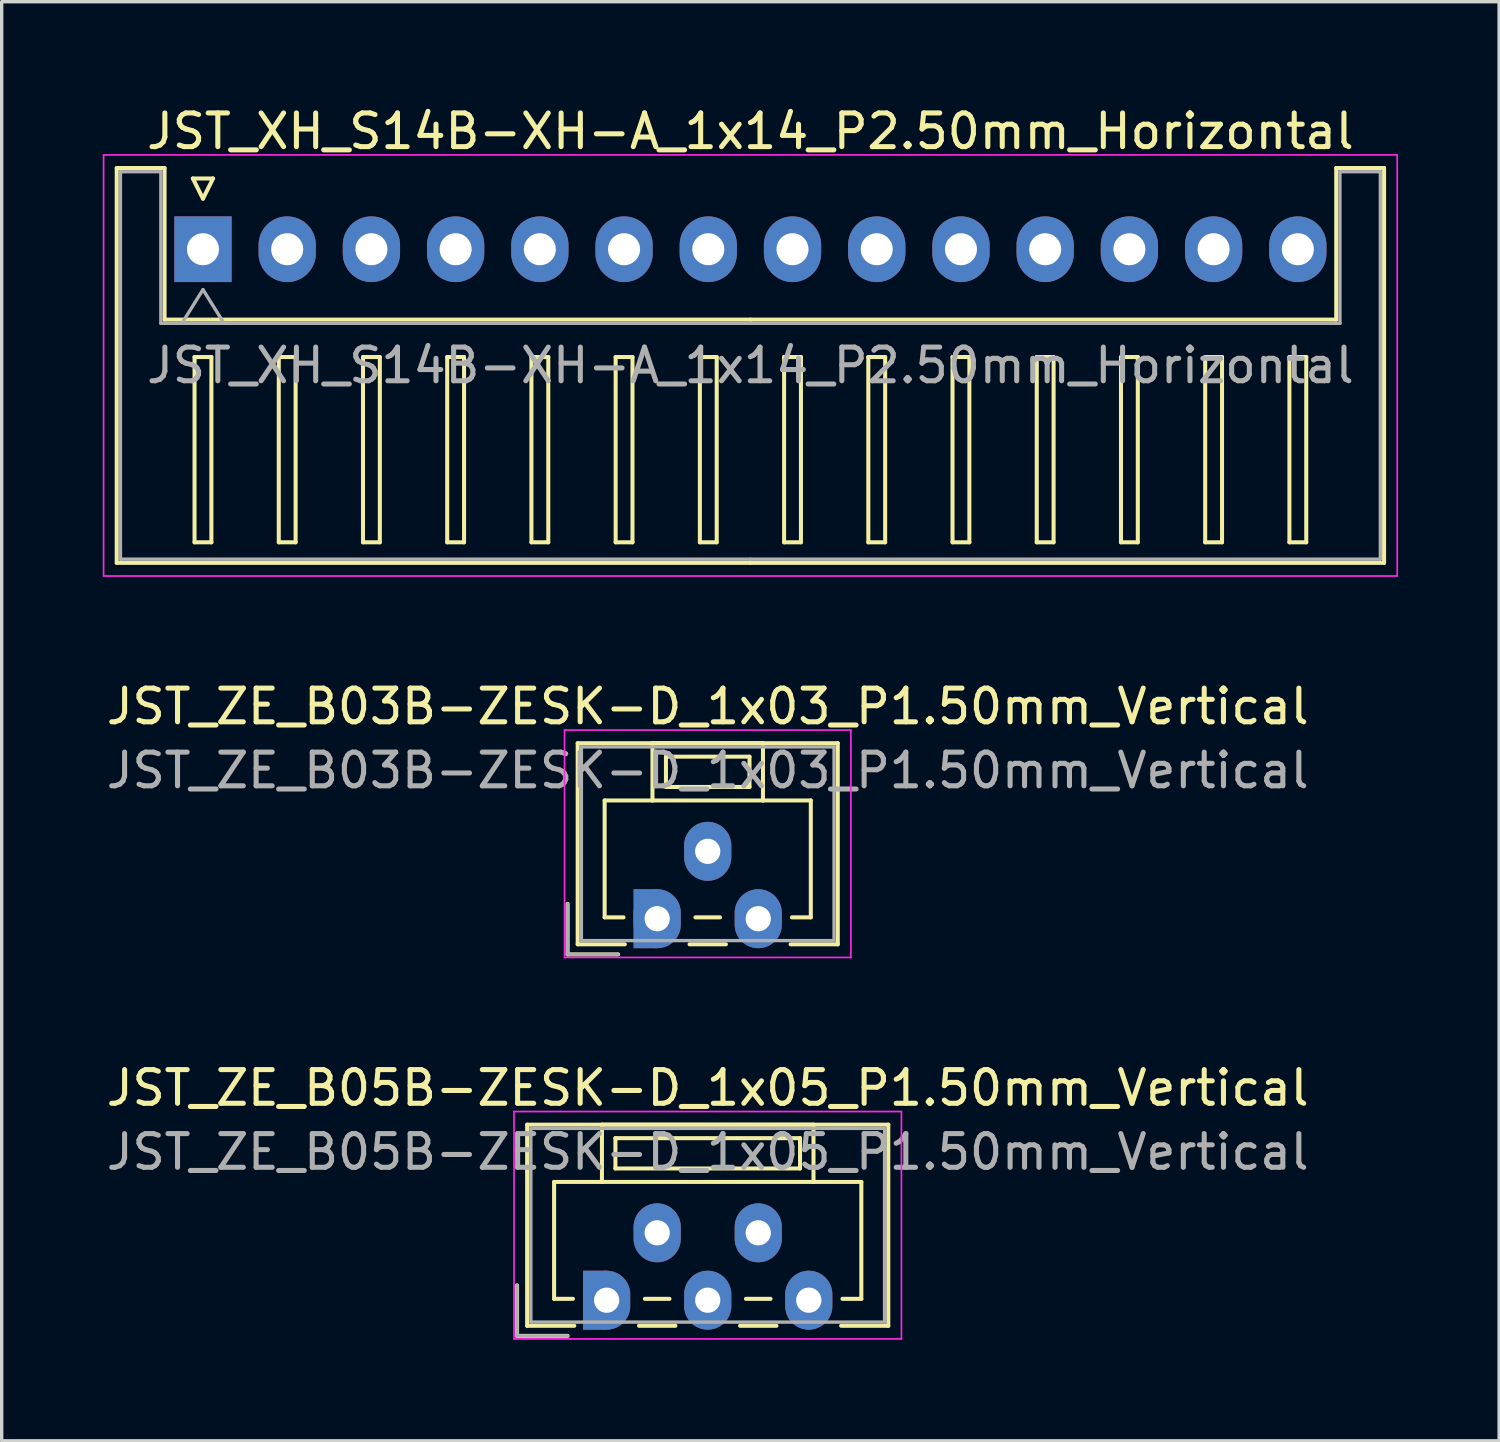
<source format=kicad_pcb>
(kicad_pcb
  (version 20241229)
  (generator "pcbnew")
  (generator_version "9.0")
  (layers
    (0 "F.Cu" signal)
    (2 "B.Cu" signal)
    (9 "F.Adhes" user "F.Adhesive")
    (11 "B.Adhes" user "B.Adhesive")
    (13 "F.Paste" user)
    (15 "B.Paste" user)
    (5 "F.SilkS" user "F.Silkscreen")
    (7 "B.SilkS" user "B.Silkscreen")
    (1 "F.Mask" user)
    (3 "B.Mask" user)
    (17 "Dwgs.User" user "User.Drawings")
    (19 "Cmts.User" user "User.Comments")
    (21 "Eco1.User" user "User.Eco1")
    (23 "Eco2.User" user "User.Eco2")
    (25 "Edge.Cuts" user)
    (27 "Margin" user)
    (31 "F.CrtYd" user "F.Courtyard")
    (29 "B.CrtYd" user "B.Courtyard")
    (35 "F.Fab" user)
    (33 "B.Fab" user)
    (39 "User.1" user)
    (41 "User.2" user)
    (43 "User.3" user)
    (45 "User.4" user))
  (footprint "JST_ZE_B05B-ZESK-D_1x05_P1.50mm_Vertical"
    (layer "F.Cu")
    (at 14.958 35.545)
    (property "Reference" "JST_ZE_B05B-ZESK-D_1x05_P1.50mm_Vertical" (at 3 -6.3 0) (layer "F.SilkS") (effects (font (size 1 1) (thickness 0.15))))
    (attr through_hole)
    (fp_line (start -2.66 -0.44) (end -2.66 1.06) (stroke (width 0.12) (type solid)) (layer "F.SilkS"))
    (fp_line (start -2.66 1.06) (end -1.16 1.06) (stroke (width 0.12) (type solid)) (layer "F.SilkS"))
    (fp_line (start -2.36 -5.21) (end 8.36 -5.21) (stroke (width 0.12) (type solid)) (layer "F.SilkS"))
    (fp_line (start -2.36 0.76) (end -2.36 -5.21) (stroke (width 0.12) (type solid)) (layer "F.SilkS"))
    (fp_line (start -1.56 -3.51) (end -1.56 -0.04) (stroke (width 0.12) (type solid)) (layer "F.SilkS"))
    (fp_line (start -1.56 -0.04) (end -1 -0.04) (stroke (width 0.12) (type solid)) (layer "F.SilkS"))
    (fp_line (start -0.96 0.76) (end -2.36 0.76) (stroke (width 0.12) (type solid)) (layer "F.SilkS"))
    (fp_line (start -0.14 -5.21) (end -0.14 -3.51) (stroke (width 0.12) (type solid)) (layer "F.SilkS"))
    (fp_line (start -0.14 -3.51) (end -1.56 -3.51) (stroke (width 0.12) (type solid)) (layer "F.SilkS"))
    (fp_line (start -0.14 -3.51) (end 6.14 -3.51) (stroke (width 0.12) (type solid)) (layer "F.SilkS"))
    (fp_line (start 0.26 -4.81) (end 0.26 -3.91) (stroke (width 0.12) (type solid)) (layer "F.SilkS"))
    (fp_line (start 0.26 -3.91) (end 5.74 -3.91) (stroke (width 0.12) (type solid)) (layer "F.SilkS"))
    (fp_line (start 0.96 0.76) (end 2.04 0.76) (stroke (width 0.12) (type solid)) (layer "F.SilkS"))
    (fp_line (start 1.135 -0.04) (end 1.865 -0.04) (stroke (width 0.12) (type solid)) (layer "F.SilkS"))
    (fp_line (start 3.96 0.76) (end 5.04 0.76) (stroke (width 0.12) (type solid)) (layer "F.SilkS"))
    (fp_line (start 4.135 -0.04) (end 4.865 -0.04) (stroke (width 0.12) (type solid)) (layer "F.SilkS"))
    (fp_line (start 5.74 -4.81) (end 0.26 -4.81) (stroke (width 0.12) (type solid)) (layer "F.SilkS"))
    (fp_line (start 5.74 -3.91) (end 5.74 -4.81) (stroke (width 0.12) (type solid)) (layer "F.SilkS"))
    (fp_line (start 6.14 -5.21) (end -0.14 -5.21) (stroke (width 0.12) (type solid)) (layer "F.SilkS"))
    (fp_line (start 6.14 -3.51) (end 6.14 -5.21) (stroke (width 0.12) (type solid)) (layer "F.SilkS"))
    (fp_line (start 6.14 -3.51) (end 7.56 -3.51) (stroke (width 0.12) (type solid)) (layer "F.SilkS"))
    (fp_line (start 7.56 -3.51) (end 7.56 -0.04) (stroke (width 0.12) (type solid)) (layer "F.SilkS"))
    (fp_line (start 7.56 -0.04) (end 7 -0.04) (stroke (width 0.12) (type solid)) (layer "F.SilkS"))
    (fp_line (start 8.36 -5.21) (end 8.36 0.76) (stroke (width 0.12) (type solid)) (layer "F.SilkS"))
    (fp_line (start 8.36 0.76) (end 6.96 0.76) (stroke (width 0.12) (type solid)) (layer "F.SilkS"))
    (fp_line (start -2.75 -5.6) (end -2.75 1.15) (stroke (width 0.05) (type solid)) (layer "F.CrtYd"))
    (fp_line (start -2.75 1.15) (end 8.75 1.15) (stroke (width 0.05) (type solid)) (layer "F.CrtYd"))
    (fp_line (start 8.75 -5.6) (end -2.75 -5.6) (stroke (width 0.05) (type solid)) (layer "F.CrtYd"))
    (fp_line (start 8.75 1.15) (end 8.75 -5.6) (stroke (width 0.05) (type solid)) (layer "F.CrtYd"))
    (fp_line (start -2.66 -0.44) (end -2.66 1.06) (stroke (width 0.1) (type solid)) (layer "F.Fab"))
    (fp_line (start -2.66 1.06) (end -1.16 1.06) (stroke (width 0.1) (type solid)) (layer "F.Fab"))
    (fp_line (start -2.25 -5.1) (end -2.25 0.65) (stroke (width 0.1) (type solid)) (layer "F.Fab"))
    (fp_line (start -2.25 0.65) (end 8.25 0.65) (stroke (width 0.1) (type solid)) (layer "F.Fab"))
    (fp_line (start 8.25 -5.1) (end -2.25 -5.1) (stroke (width 0.1) (type solid)) (layer "F.Fab"))
    (fp_line (start 8.25 0.65) (end 8.25 -5.1) (stroke (width 0.1) (type solid)) (layer "F.Fab"))
    (fp_text user "${REFERENCE}" (at 3 -4.4 0) (layer "F.Fab") (effects (font (size 1 1) (thickness 0.15))))
    (pad "1" smd rect (at -0.35 0) (size 0.7 1.75) (layers "F.Cu" "F.Mask"))
    (pad "1" smd rect (at -0.35 0) (size 0.7 1.75) (layers "B.Cu" "B.Mask"))
    (pad "1" thru_hole oval (at 0 0) (size 1.4 1.75) (drill 0.75) (layers "*.Cu" "*.Mask"))
    (pad "2" thru_hole oval (at 1.5 -2) (size 1.4 1.75) (drill 0.75) (layers "*.Cu" "*.Mask"))
    (pad "3" thru_hole oval (at 3 0) (size 1.4 1.75) (drill 0.75) (layers "*.Cu" "*.Mask"))
    (pad "4" thru_hole oval (at 4.5 -2) (size 1.4 1.75) (drill 0.75) (layers "*.Cu" "*.Mask"))
    (pad "5" thru_hole oval (at 6 0) (size 1.4 1.75) (drill 0.75) (layers "*.Cu" "*.Mask")))
  (footprint "JST_XH_S14B-XH-A_1x14_P2.50mm_Horizontal"
    (layer "F.Cu")
    (at 2.975 4.348)
    (property "Reference" "JST_XH_S14B-XH-A_1x14_P2.50mm_Horizontal" (at 16.25 -3.5 0) (layer "F.SilkS") (effects (font (size 1 1) (thickness 0.15))))
    (attr through_hole)
    (fp_line (start -2.56 -2.41) (end -1.14 -2.41) (stroke (width 0.12) (type solid)) (layer "F.SilkS"))
    (fp_line (start -2.56 9.31) (end -2.56 -2.41) (stroke (width 0.12) (type solid)) (layer "F.SilkS"))
    (fp_line (start -1.14 -2.41) (end -1.14 2.09) (stroke (width 0.12) (type solid)) (layer "F.SilkS"))
    (fp_line (start -1.14 2.09) (end 16.25 2.09) (stroke (width 0.12) (type solid)) (layer "F.SilkS"))
    (fp_line (start -0.3 -2.1) (end 0.3 -2.1) (stroke (width 0.12) (type solid)) (layer "F.SilkS"))
    (fp_line (start -0.25 3.2) (end -0.25 8.7) (stroke (width 0.12) (type solid)) (layer "F.SilkS"))
    (fp_line (start -0.25 8.7) (end 0.25 8.7) (stroke (width 0.12) (type solid)) (layer "F.SilkS"))
    (fp_line (start 0 -1.5) (end -0.3 -2.1) (stroke (width 0.12) (type solid)) (layer "F.SilkS"))
    (fp_line (start 0.25 3.2) (end -0.25 3.2) (stroke (width 0.12) (type solid)) (layer "F.SilkS"))
    (fp_line (start 0.25 8.7) (end 0.25 3.2) (stroke (width 0.12) (type solid)) (layer "F.SilkS"))
    (fp_line (start 0.3 -2.1) (end 0 -1.5) (stroke (width 0.12) (type solid)) (layer "F.SilkS"))
    (fp_line (start 2.25 3.2) (end 2.25 8.7) (stroke (width 0.12) (type solid)) (layer "F.SilkS"))
    (fp_line (start 2.25 8.7) (end 2.75 8.7) (stroke (width 0.12) (type solid)) (layer "F.SilkS"))
    (fp_line (start 2.75 3.2) (end 2.25 3.2) (stroke (width 0.12) (type solid)) (layer "F.SilkS"))
    (fp_line (start 2.75 8.7) (end 2.75 3.2) (stroke (width 0.12) (type solid)) (layer "F.SilkS"))
    (fp_line (start 4.75 3.2) (end 4.75 8.7) (stroke (width 0.12) (type solid)) (layer "F.SilkS"))
    (fp_line (start 4.75 8.7) (end 5.25 8.7) (stroke (width 0.12) (type solid)) (layer "F.SilkS"))
    (fp_line (start 5.25 3.2) (end 4.75 3.2) (stroke (width 0.12) (type solid)) (layer "F.SilkS"))
    (fp_line (start 5.25 8.7) (end 5.25 3.2) (stroke (width 0.12) (type solid)) (layer "F.SilkS"))
    (fp_line (start 7.25 3.2) (end 7.25 8.7) (stroke (width 0.12) (type solid)) (layer "F.SilkS"))
    (fp_line (start 7.25 8.7) (end 7.75 8.7) (stroke (width 0.12) (type solid)) (layer "F.SilkS"))
    (fp_line (start 7.75 3.2) (end 7.25 3.2) (stroke (width 0.12) (type solid)) (layer "F.SilkS"))
    (fp_line (start 7.75 8.7) (end 7.75 3.2) (stroke (width 0.12) (type solid)) (layer "F.SilkS"))
    (fp_line (start 9.75 3.2) (end 9.75 8.7) (stroke (width 0.12) (type solid)) (layer "F.SilkS"))
    (fp_line (start 9.75 8.7) (end 10.25 8.7) (stroke (width 0.12) (type solid)) (layer "F.SilkS"))
    (fp_line (start 10.25 3.2) (end 9.75 3.2) (stroke (width 0.12) (type solid)) (layer "F.SilkS"))
    (fp_line (start 10.25 8.7) (end 10.25 3.2) (stroke (width 0.12) (type solid)) (layer "F.SilkS"))
    (fp_line (start 12.25 3.2) (end 12.25 8.7) (stroke (width 0.12) (type solid)) (layer "F.SilkS"))
    (fp_line (start 12.25 8.7) (end 12.75 8.7) (stroke (width 0.12) (type solid)) (layer "F.SilkS"))
    (fp_line (start 12.75 3.2) (end 12.25 3.2) (stroke (width 0.12) (type solid)) (layer "F.SilkS"))
    (fp_line (start 12.75 8.7) (end 12.75 3.2) (stroke (width 0.12) (type solid)) (layer "F.SilkS"))
    (fp_line (start 14.75 3.2) (end 14.75 8.7) (stroke (width 0.12) (type solid)) (layer "F.SilkS"))
    (fp_line (start 14.75 8.7) (end 15.25 8.7) (stroke (width 0.12) (type solid)) (layer "F.SilkS"))
    (fp_line (start 15.25 3.2) (end 14.75 3.2) (stroke (width 0.12) (type solid)) (layer "F.SilkS"))
    (fp_line (start 15.25 8.7) (end 15.25 3.2) (stroke (width 0.12) (type solid)) (layer "F.SilkS"))
    (fp_line (start 16.25 9.31) (end -2.56 9.31) (stroke (width 0.12) (type solid)) (layer "F.SilkS"))
    (fp_line (start 16.25 9.31) (end 35.06 9.31) (stroke (width 0.12) (type solid)) (layer "F.SilkS"))
    (fp_line (start 17.25 3.2) (end 17.25 8.7) (stroke (width 0.12) (type solid)) (layer "F.SilkS"))
    (fp_line (start 17.25 8.7) (end 17.75 8.7) (stroke (width 0.12) (type solid)) (layer "F.SilkS"))
    (fp_line (start 17.75 3.2) (end 17.25 3.2) (stroke (width 0.12) (type solid)) (layer "F.SilkS"))
    (fp_line (start 17.75 8.7) (end 17.75 3.2) (stroke (width 0.12) (type solid)) (layer "F.SilkS"))
    (fp_line (start 19.75 3.2) (end 19.75 8.7) (stroke (width 0.12) (type solid)) (layer "F.SilkS"))
    (fp_line (start 19.75 8.7) (end 20.25 8.7) (stroke (width 0.12) (type solid)) (layer "F.SilkS"))
    (fp_line (start 20.25 3.2) (end 19.75 3.2) (stroke (width 0.12) (type solid)) (layer "F.SilkS"))
    (fp_line (start 20.25 8.7) (end 20.25 3.2) (stroke (width 0.12) (type solid)) (layer "F.SilkS"))
    (fp_line (start 22.25 3.2) (end 22.25 8.7) (stroke (width 0.12) (type solid)) (layer "F.SilkS"))
    (fp_line (start 22.25 8.7) (end 22.75 8.7) (stroke (width 0.12) (type solid)) (layer "F.SilkS"))
    (fp_line (start 22.75 3.2) (end 22.25 3.2) (stroke (width 0.12) (type solid)) (layer "F.SilkS"))
    (fp_line (start 22.75 8.7) (end 22.75 3.2) (stroke (width 0.12) (type solid)) (layer "F.SilkS"))
    (fp_line (start 24.75 3.2) (end 24.75 8.7) (stroke (width 0.12) (type solid)) (layer "F.SilkS"))
    (fp_line (start 24.75 8.7) (end 25.25 8.7) (stroke (width 0.12) (type solid)) (layer "F.SilkS"))
    (fp_line (start 25.25 3.2) (end 24.75 3.2) (stroke (width 0.12) (type solid)) (layer "F.SilkS"))
    (fp_line (start 25.25 8.7) (end 25.25 3.2) (stroke (width 0.12) (type solid)) (layer "F.SilkS"))
    (fp_line (start 27.25 3.2) (end 27.25 8.7) (stroke (width 0.12) (type solid)) (layer "F.SilkS"))
    (fp_line (start 27.25 8.7) (end 27.75 8.7) (stroke (width 0.12) (type solid)) (layer "F.SilkS"))
    (fp_line (start 27.75 3.2) (end 27.25 3.2) (stroke (width 0.12) (type solid)) (layer "F.SilkS"))
    (fp_line (start 27.75 8.7) (end 27.75 3.2) (stroke (width 0.12) (type solid)) (layer "F.SilkS"))
    (fp_line (start 29.75 3.2) (end 29.75 8.7) (stroke (width 0.12) (type solid)) (layer "F.SilkS"))
    (fp_line (start 29.75 8.7) (end 30.25 8.7) (stroke (width 0.12) (type solid)) (layer "F.SilkS"))
    (fp_line (start 30.25 3.2) (end 29.75 3.2) (stroke (width 0.12) (type solid)) (layer "F.SilkS"))
    (fp_line (start 30.25 8.7) (end 30.25 3.2) (stroke (width 0.12) (type solid)) (layer "F.SilkS"))
    (fp_line (start 32.25 3.2) (end 32.25 8.7) (stroke (width 0.12) (type solid)) (layer "F.SilkS"))
    (fp_line (start 32.25 8.7) (end 32.75 8.7) (stroke (width 0.12) (type solid)) (layer "F.SilkS"))
    (fp_line (start 32.75 3.2) (end 32.25 3.2) (stroke (width 0.12) (type solid)) (layer "F.SilkS"))
    (fp_line (start 32.75 8.7) (end 32.75 3.2) (stroke (width 0.12) (type solid)) (layer "F.SilkS"))
    (fp_line (start 33.64 -2.41) (end 33.64 2.09) (stroke (width 0.12) (type solid)) (layer "F.SilkS"))
    (fp_line (start 33.64 2.09) (end 16.25 2.09) (stroke (width 0.12) (type solid)) (layer "F.SilkS"))
    (fp_line (start 35.06 -2.41) (end 33.64 -2.41) (stroke (width 0.12) (type solid)) (layer "F.SilkS"))
    (fp_line (start 35.06 9.31) (end 35.06 -2.41) (stroke (width 0.12) (type solid)) (layer "F.SilkS"))
    (fp_line (start -2.95 -2.8) (end -2.95 9.7) (stroke (width 0.05) (type solid)) (layer "F.CrtYd"))
    (fp_line (start -2.95 9.7) (end 35.45 9.7) (stroke (width 0.05) (type solid)) (layer "F.CrtYd"))
    (fp_line (start 35.45 -2.8) (end -2.95 -2.8) (stroke (width 0.05) (type solid)) (layer "F.CrtYd"))
    (fp_line (start 35.45 9.7) (end 35.45 -2.8) (stroke (width 0.05) (type solid)) (layer "F.CrtYd"))
    (fp_line (start -2.45 -2.3) (end -1.25 -2.3) (stroke (width 0.1) (type solid)) (layer "F.Fab"))
    (fp_line (start -2.45 9.2) (end -2.45 -2.3) (stroke (width 0.1) (type solid)) (layer "F.Fab"))
    (fp_line (start -1.25 -2.3) (end -1.25 2.2) (stroke (width 0.1) (type solid)) (layer "F.Fab"))
    (fp_line (start -1.25 2.2) (end 16.25 2.2) (stroke (width 0.1) (type solid)) (layer "F.Fab"))
    (fp_line (start -0.625 2.2) (end 0 1.2) (stroke (width 0.1) (type solid)) (layer "F.Fab"))
    (fp_line (start 0 1.2) (end 0.625 2.2) (stroke (width 0.1) (type solid)) (layer "F.Fab"))
    (fp_line (start 16.25 9.2) (end -2.45 9.2) (stroke (width 0.1) (type solid)) (layer "F.Fab"))
    (fp_line (start 16.25 9.2) (end 34.95 9.2) (stroke (width 0.1) (type solid)) (layer "F.Fab"))
    (fp_line (start 33.75 -2.3) (end 33.75 2.2) (stroke (width 0.1) (type solid)) (layer "F.Fab"))
    (fp_line (start 33.75 2.2) (end 16.25 2.2) (stroke (width 0.1) (type solid)) (layer "F.Fab"))
    (fp_line (start 34.95 -2.3) (end 33.75 -2.3) (stroke (width 0.1) (type solid)) (layer "F.Fab"))
    (fp_line (start 34.95 9.2) (end 34.95 -2.3) (stroke (width 0.1) (type solid)) (layer "F.Fab"))
    (fp_text user "${REFERENCE}" (at 16.25 3.45 0) (layer "F.Fab") (effects (font (size 1 1) (thickness 0.15))))
    (pad "1" thru_hole rect (at 0 0) (size 1.7 1.95) (drill 0.95) (layers "*.Cu" "*.Mask"))
    (pad "2" thru_hole oval (at 2.5 0) (size 1.7 1.95) (drill 0.95) (layers "*.Cu" "*.Mask"))
    (pad "3" thru_hole oval (at 5 0) (size 1.7 1.95) (drill 0.95) (layers "*.Cu" "*.Mask"))
    (pad "4" thru_hole oval (at 7.5 0) (size 1.7 1.95) (drill 0.95) (layers "*.Cu" "*.Mask"))
    (pad "5" thru_hole oval (at 10 0) (size 1.7 1.95) (drill 0.95) (layers "*.Cu" "*.Mask"))
    (pad "6" thru_hole oval (at 12.5 0) (size 1.7 1.95) (drill 0.95) (layers "*.Cu" "*.Mask"))
    (pad "7" thru_hole oval (at 15 0) (size 1.7 1.95) (drill 0.95) (layers "*.Cu" "*.Mask"))
    (pad "8" thru_hole oval (at 17.5 0) (size 1.7 1.95) (drill 0.95) (layers "*.Cu" "*.Mask"))
    (pad "9" thru_hole oval (at 20 0) (size 1.7 1.95) (drill 0.95) (layers "*.Cu" "*.Mask"))
    (pad "10" thru_hole oval (at 22.5 0) (size 1.7 1.95) (drill 0.95) (layers "*.Cu" "*.Mask"))
    (pad "11" thru_hole oval (at 25 0) (size 1.7 1.95) (drill 0.95) (layers "*.Cu" "*.Mask"))
    (pad "12" thru_hole oval (at 27.5 0) (size 1.7 1.95) (drill 0.95) (layers "*.Cu" "*.Mask"))
    (pad "13" thru_hole oval (at 30 0) (size 1.7 1.95) (drill 0.95) (layers "*.Cu" "*.Mask"))
    (pad "14" thru_hole oval (at 32.5 0) (size 1.7 1.95) (drill 0.95) (layers "*.Cu" "*.Mask")))
  (footprint "JST_ZE_B03B-ZESK-D_1x03_P1.50mm_Vertical"
    (layer "F.Cu")
    (at 16.458 24.221)
    (property "Reference" "JST_ZE_B03B-ZESK-D_1x03_P1.50mm_Vertical" (at 1.5 -6.3 0) (layer "F.SilkS") (effects (font (size 1 1) (thickness 0.15))))
    (attr through_hole)
    (fp_line (start -2.66 -0.44) (end -2.66 1.06) (stroke (width 0.12) (type solid)) (layer "F.SilkS"))
    (fp_line (start -2.66 1.06) (end -1.16 1.06) (stroke (width 0.12) (type solid)) (layer "F.SilkS"))
    (fp_line (start -2.36 -5.21) (end 5.36 -5.21) (stroke (width 0.12) (type solid)) (layer "F.SilkS"))
    (fp_line (start -2.36 0.76) (end -2.36 -5.21) (stroke (width 0.12) (type solid)) (layer "F.SilkS"))
    (fp_line (start -1.56 -3.51) (end -1.56 -0.04) (stroke (width 0.12) (type solid)) (layer "F.SilkS"))
    (fp_line (start -1.56 -0.04) (end -1 -0.04) (stroke (width 0.12) (type solid)) (layer "F.SilkS"))
    (fp_line (start -0.96 0.76) (end -2.36 0.76) (stroke (width 0.12) (type solid)) (layer "F.SilkS"))
    (fp_line (start -0.14 -5.21) (end -0.14 -3.51) (stroke (width 0.12) (type solid)) (layer "F.SilkS"))
    (fp_line (start -0.14 -3.51) (end -1.56 -3.51) (stroke (width 0.12) (type solid)) (layer "F.SilkS"))
    (fp_line (start -0.14 -3.51) (end 3.14 -3.51) (stroke (width 0.12) (type solid)) (layer "F.SilkS"))
    (fp_line (start 0.26 -4.81) (end 0.26 -3.91) (stroke (width 0.12) (type solid)) (layer "F.SilkS"))
    (fp_line (start 0.26 -3.91) (end 2.74 -3.91) (stroke (width 0.12) (type solid)) (layer "F.SilkS"))
    (fp_line (start 0.96 0.76) (end 2.04 0.76) (stroke (width 0.12) (type solid)) (layer "F.SilkS"))
    (fp_line (start 1.135 -0.04) (end 1.865 -0.04) (stroke (width 0.12) (type solid)) (layer "F.SilkS"))
    (fp_line (start 2.74 -4.81) (end 0.26 -4.81) (stroke (width 0.12) (type solid)) (layer "F.SilkS"))
    (fp_line (start 2.74 -3.91) (end 2.74 -4.81) (stroke (width 0.12) (type solid)) (layer "F.SilkS"))
    (fp_line (start 3.14 -5.21) (end -0.14 -5.21) (stroke (width 0.12) (type solid)) (layer "F.SilkS"))
    (fp_line (start 3.14 -3.51) (end 3.14 -5.21) (stroke (width 0.12) (type solid)) (layer "F.SilkS"))
    (fp_line (start 3.14 -3.51) (end 4.56 -3.51) (stroke (width 0.12) (type solid)) (layer "F.SilkS"))
    (fp_line (start 4.56 -3.51) (end 4.56 -0.04) (stroke (width 0.12) (type solid)) (layer "F.SilkS"))
    (fp_line (start 4.56 -0.04) (end 4 -0.04) (stroke (width 0.12) (type solid)) (layer "F.SilkS"))
    (fp_line (start 5.36 -5.21) (end 5.36 0.76) (stroke (width 0.12) (type solid)) (layer "F.SilkS"))
    (fp_line (start 5.36 0.76) (end 3.96 0.76) (stroke (width 0.12) (type solid)) (layer "F.SilkS"))
    (fp_line (start -2.75 -5.6) (end -2.75 1.15) (stroke (width 0.05) (type solid)) (layer "F.CrtYd"))
    (fp_line (start -2.75 1.15) (end 5.75 1.15) (stroke (width 0.05) (type solid)) (layer "F.CrtYd"))
    (fp_line (start 5.75 -5.6) (end -2.75 -5.6) (stroke (width 0.05) (type solid)) (layer "F.CrtYd"))
    (fp_line (start 5.75 1.15) (end 5.75 -5.6) (stroke (width 0.05) (type solid)) (layer "F.CrtYd"))
    (fp_line (start -2.66 -0.44) (end -2.66 1.06) (stroke (width 0.1) (type solid)) (layer "F.Fab"))
    (fp_line (start -2.66 1.06) (end -1.16 1.06) (stroke (width 0.1) (type solid)) (layer "F.Fab"))
    (fp_line (start -2.25 -5.1) (end -2.25 0.65) (stroke (width 0.1) (type solid)) (layer "F.Fab"))
    (fp_line (start -2.25 0.65) (end 5.25 0.65) (stroke (width 0.1) (type solid)) (layer "F.Fab"))
    (fp_line (start 5.25 -5.1) (end -2.25 -5.1) (stroke (width 0.1) (type solid)) (layer "F.Fab"))
    (fp_line (start 5.25 0.65) (end 5.25 -5.1) (stroke (width 0.1) (type solid)) (layer "F.Fab"))
    (fp_text user "${REFERENCE}" (at 1.5 -4.4 0) (layer "F.Fab") (effects (font (size 1 1) (thickness 0.15))))
    (pad "1" smd rect (at -0.35 0) (size 0.7 1.75) (layers "F.Cu" "F.Mask"))
    (pad "1" smd rect (at -0.35 0) (size 0.7 1.75) (layers "B.Cu" "B.Mask"))
    (pad "1" thru_hole oval (at 0 0) (size 1.4 1.75) (drill 0.75) (layers "*.Cu" "*.Mask"))
    (pad "2" thru_hole oval (at 1.5 -2) (size 1.4 1.75) (drill 0.75) (layers "*.Cu" "*.Mask"))
    (pad "3" thru_hole oval (at 3 0) (size 1.4 1.75) (drill 0.75) (layers "*.Cu" "*.Mask")))
  (gr_rect
    (start -3 -3)
    (end 41.45 39.72)
    (stroke (width 0.1) (type default))
    (fill no)
    (layer "Edge.Cuts")))
</source>
